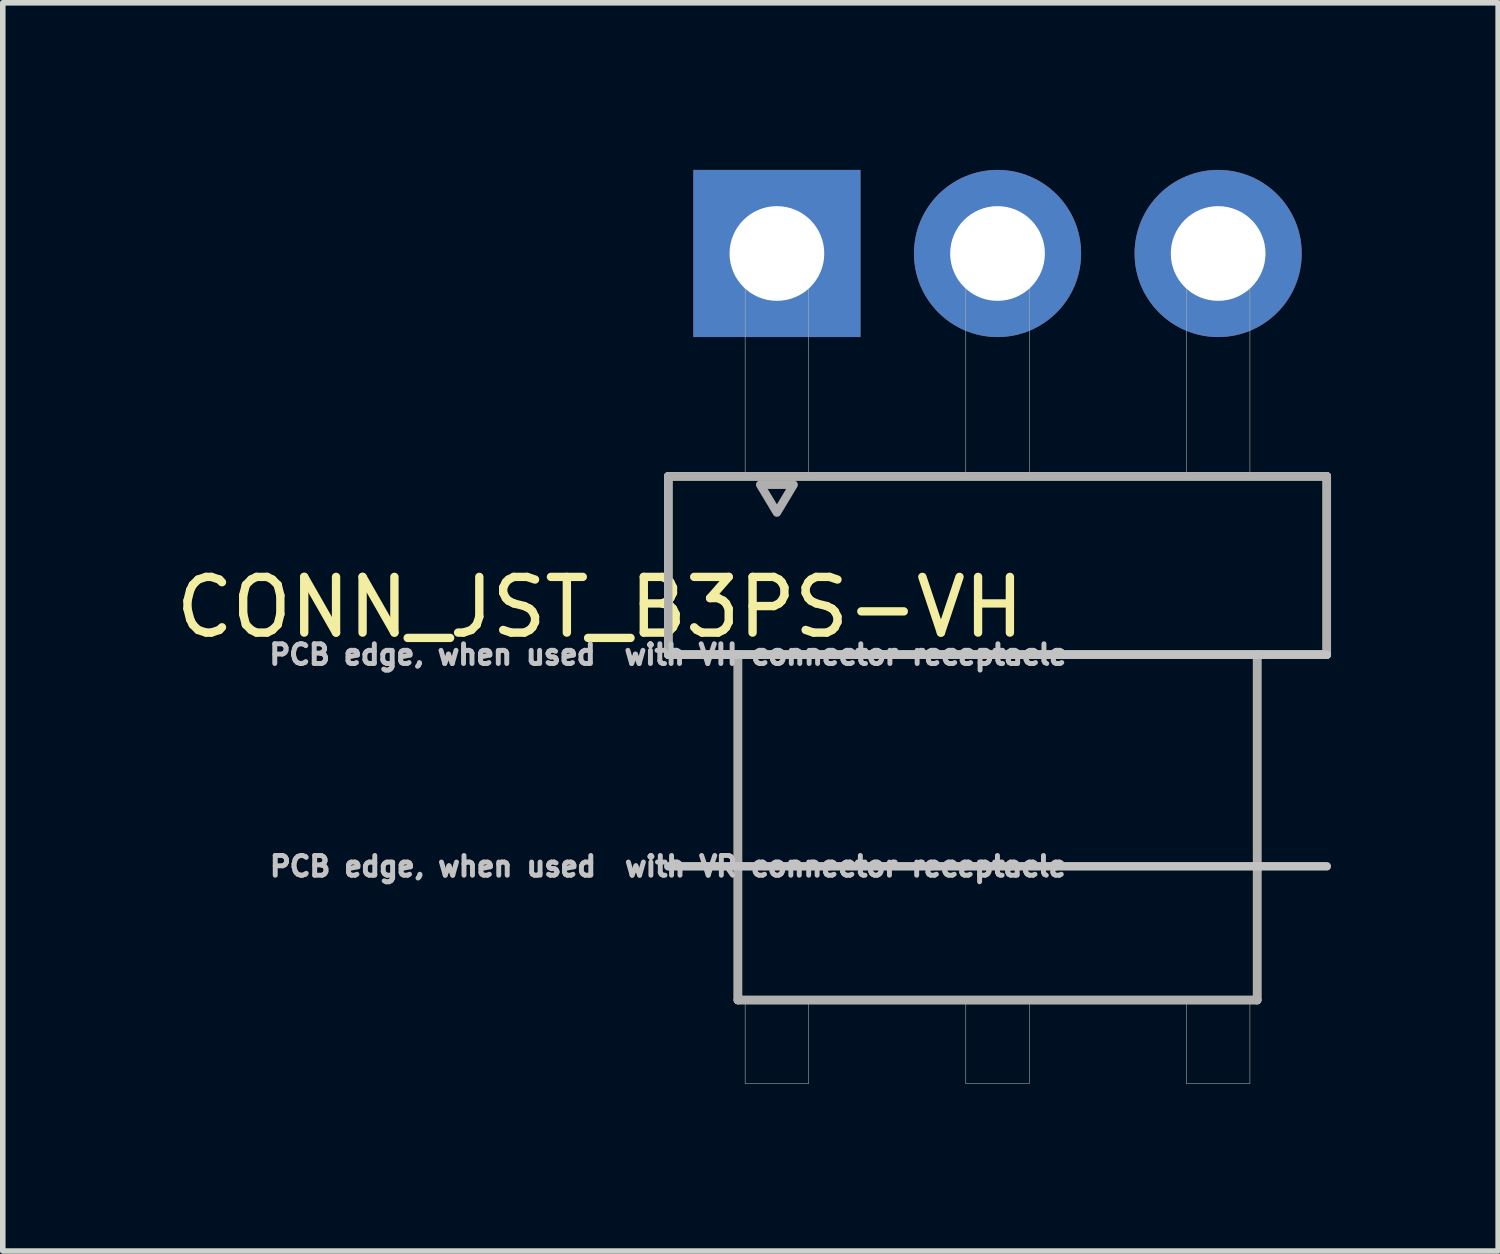
<source format=kicad_pcb>
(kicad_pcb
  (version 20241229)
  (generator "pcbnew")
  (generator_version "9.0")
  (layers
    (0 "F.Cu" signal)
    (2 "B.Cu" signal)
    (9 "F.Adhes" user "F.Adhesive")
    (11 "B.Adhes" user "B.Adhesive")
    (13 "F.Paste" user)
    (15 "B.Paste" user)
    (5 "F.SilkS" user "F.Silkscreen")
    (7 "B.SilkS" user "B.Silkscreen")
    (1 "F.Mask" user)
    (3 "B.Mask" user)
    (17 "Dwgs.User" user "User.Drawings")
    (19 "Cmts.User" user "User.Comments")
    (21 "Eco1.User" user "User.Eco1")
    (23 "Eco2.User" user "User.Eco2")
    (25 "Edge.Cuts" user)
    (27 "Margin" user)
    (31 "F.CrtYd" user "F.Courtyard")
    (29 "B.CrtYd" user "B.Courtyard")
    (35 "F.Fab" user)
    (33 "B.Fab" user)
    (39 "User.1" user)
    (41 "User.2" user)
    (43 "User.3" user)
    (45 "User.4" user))
  (footprint "CONN_JST_B3PS-VH"
    (layer "F.Cu")
    (at 14.855 1.5)
    (property "Reference" "CONN_JST_B3PS-VH" (at -7.135 6.35 180) (layer "F.SilkS") (effects (font (size 1 1) (thickness 0.15))))
    (attr through_hole)
    (fp_line (start -5.91 4) (end -5.91 7.2) (stroke (width 0.152) (type solid)) (layer "F.SilkS"))
    (fp_line (start -5.91 7.2) (end -4.66 7.2) (stroke (width 0.152) (type solid)) (layer "F.SilkS"))
    (fp_line (start -4.66 7.2) (end 4.66 7.2) (stroke (width 0.152) (type solid)) (layer "F.SilkS"))
    (fp_line (start -4.66 13.4) (end -4.66 7.2) (stroke (width 0.152) (type solid)) (layer "F.SilkS"))
    (fp_line (start -4.66 13.4) (end 4.66 13.4) (stroke (width 0.152) (type solid)) (layer "F.SilkS"))
    (fp_line (start 4.66 7.2) (end 5.91 7.2) (stroke (width 0.152) (type solid)) (layer "F.SilkS"))
    (fp_line (start 4.66 13.4) (end 4.66 7.2) (stroke (width 0.152) (type solid)) (layer "F.SilkS"))
    (fp_line (start 5.91 4) (end -5.91 4) (stroke (width 0.152) (type solid)) (layer "F.SilkS"))
    (fp_line (start 5.91 7.2) (end 5.91 4) (stroke (width 0.152) (type solid)) (layer "F.SilkS"))
    (fp_line (start -5.91 7.2) (end 5.91 7.2) (stroke (width 0.152) (type solid)) (layer "Dwgs.User"))
    (fp_line (start -5.91 11) (end 5.91 11) (stroke (width 0.152) (type solid)) (layer "Dwgs.User"))
    (fp_line (start -5.91 4) (end -5.91 7.2) (stroke (width 0.152) (type solid)) (layer "F.Fab"))
    (fp_line (start -5.91 7.2) (end -4.66 7.2) (stroke (width 0.152) (type solid)) (layer "F.Fab"))
    (fp_line (start -4.66 7.2) (end 4.66 7.2) (stroke (width 0.152) (type solid)) (layer "F.Fab"))
    (fp_line (start -4.66 13.4) (end -4.66 7.2) (stroke (width 0.152) (type solid)) (layer "F.Fab"))
    (fp_line (start -4.66 13.4) (end 4.66 13.4) (stroke (width 0.152) (type solid)) (layer "F.Fab"))
    (fp_line (start 4.66 7.2) (end 5.91 7.2) (stroke (width 0.152) (type solid)) (layer "F.Fab"))
    (fp_line (start 4.66 13.4) (end 4.66 7.2) (stroke (width 0.152) (type solid)) (layer "F.Fab"))
    (fp_line (start 5.91 4) (end -5.91 4) (stroke (width 0.152) (type solid)) (layer "F.Fab"))
    (fp_line (start 5.91 7.2) (end 5.91 4) (stroke (width 0.152) (type solid)) (layer "F.Fab"))
    (fp_poly (pts (xy -3.96 4.65) (xy -4.26 4.15) (xy -3.66 4.15)) (stroke (width 0.152) (type solid)) (fill no) (layer "F.Fab"))
    (fp_poly (pts (xy -4.53 -0.57) (xy -3.39 -0.57) (xy -3.39 4) (xy -4.53 4)) (stroke (width 0.01) (type solid)) (fill no) (layer "F.Fab"))
    (fp_poly (pts (xy -4.53 13.4) (xy -3.39 13.4) (xy -3.39 14.9) (xy -4.53 14.9)) (stroke (width 0.01) (type solid)) (fill no) (layer "F.Fab"))
    (fp_poly (pts (xy -0.57 -0.57) (xy 0.57 -0.57) (xy 0.57 4) (xy -0.57 4)) (stroke (width 0.01) (type solid)) (fill no) (layer "F.Fab"))
    (fp_poly (pts (xy -0.57 13.4) (xy 0.57 13.4) (xy 0.57 14.9) (xy -0.57 14.9)) (stroke (width 0.01) (type solid)) (fill no) (layer "F.Fab"))
    (fp_poly (pts (xy 3.39 -0.57) (xy 4.53 -0.57) (xy 4.53 4) (xy 3.39 4)) (stroke (width 0.01) (type solid)) (fill no) (layer "F.Fab"))
    (fp_poly (pts (xy 3.39 13.4) (xy 4.53 13.4) (xy 4.53 14.9) (xy 3.39 14.9)) (stroke (width 0.01) (type solid)) (fill no) (layer "F.Fab"))
    (fp_text user "PCB edge, when used  with VH connector receptacle" (at -5.91 7.2 0) (layer "Dwgs.User") (effects (font (size 0.354 0.354) (thickness 0.15))))
    (fp_text user "PCB edge, when used  with VR connector receptacle" (at -5.91 11 0) (layer "Dwgs.User") (effects (font (size 0.354 0.354) (thickness 0.15))))
    (pad "1" thru_hole rect (at -3.96 0) (size 3 3) (drill 1.7) (layers "*.Cu" "*.Mask"))
    (pad "2" thru_hole circle (at 0 0) (size 3 3) (drill 1.7) (layers "*.Cu" "*.Mask"))
    (pad "3" thru_hole circle (at 3.96 0) (size 3 3) (drill 1.7) (layers "*.Cu" "*.Mask")))
  (gr_rect
    (start -3 -3)
    (end 23.841 19.405)
    (stroke (width 0.1) (type default))
    (fill no)
    (layer "Edge.Cuts")))
</source>
